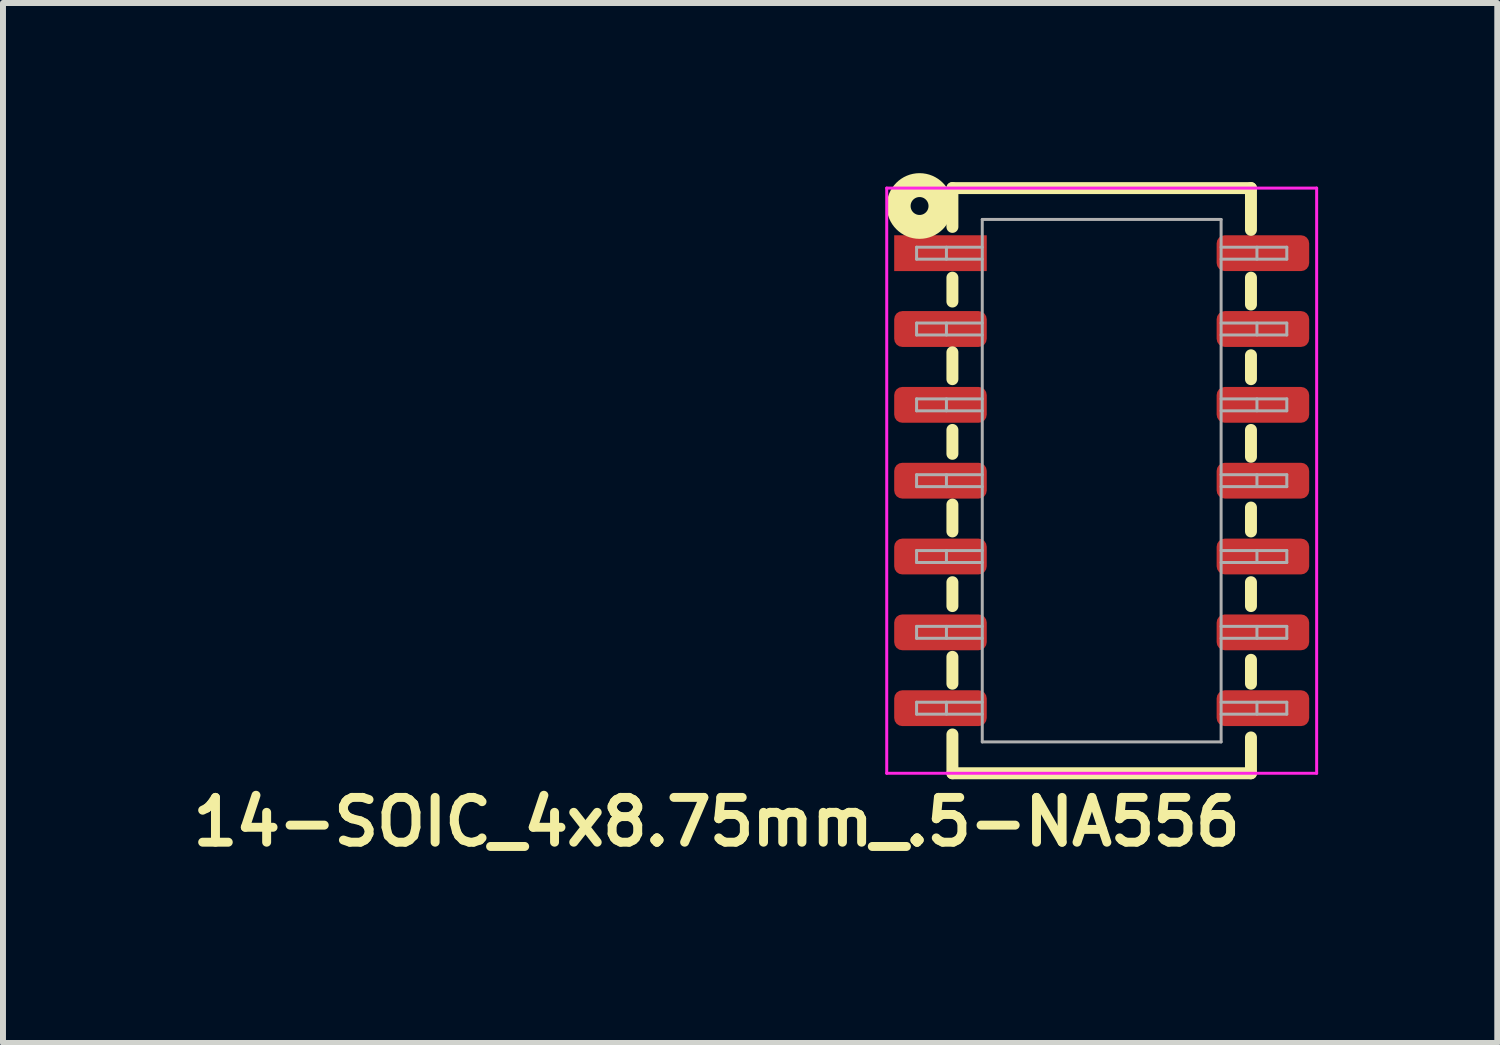
<source format=kicad_pcb>
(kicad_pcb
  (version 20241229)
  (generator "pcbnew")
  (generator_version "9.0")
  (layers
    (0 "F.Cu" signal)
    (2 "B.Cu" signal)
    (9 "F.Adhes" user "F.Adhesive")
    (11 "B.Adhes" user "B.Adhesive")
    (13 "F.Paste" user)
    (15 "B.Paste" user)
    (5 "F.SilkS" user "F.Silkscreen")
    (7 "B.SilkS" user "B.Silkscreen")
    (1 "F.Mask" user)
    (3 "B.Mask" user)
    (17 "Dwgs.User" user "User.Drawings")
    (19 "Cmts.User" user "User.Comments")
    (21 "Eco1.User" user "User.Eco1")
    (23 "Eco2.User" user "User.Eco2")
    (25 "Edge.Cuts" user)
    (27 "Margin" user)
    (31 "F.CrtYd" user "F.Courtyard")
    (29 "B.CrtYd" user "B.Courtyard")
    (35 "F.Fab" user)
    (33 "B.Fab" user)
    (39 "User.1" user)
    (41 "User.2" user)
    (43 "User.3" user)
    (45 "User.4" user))
  (footprint "14-SOIC_4x8.75mm_.5-NA556"
    (layer "F.Cu")
    (at 15.4 5)
    (property "Reference" "14-SOIC_4x8.75mm_.5-NA556" (at 2.4 5.715 0) (layer "F.SilkS") (effects (font (size 0.75 0.75) (thickness 0.15)) (justify right)))
    (attr smd)
    (fp_line (start -2.5 -4.9) (end 2.5 -4.9) (stroke (width 0.2) (type solid)) (layer "F.SilkS"))
    (fp_line (start -2.5 -4.25) (end -2.5 -4.9) (stroke (width 0.2) (type solid)) (layer "F.SilkS"))
    (fp_line (start -2.5 -3) (end -2.5 -3.4) (stroke (width 0.2) (type solid)) (layer "F.SilkS"))
    (fp_line (start -2.5 -1.7) (end -2.5 -2.15) (stroke (width 0.2) (type solid)) (layer "F.SilkS"))
    (fp_line (start -2.5 -0.45) (end -2.5 -0.85) (stroke (width 0.2) (type solid)) (layer "F.SilkS"))
    (fp_line (start -2.5 0.85) (end -2.5 0.4) (stroke (width 0.2) (type solid)) (layer "F.SilkS"))
    (fp_line (start -2.5 2.1) (end -2.5 1.7) (stroke (width 0.2) (type solid)) (layer "F.SilkS"))
    (fp_line (start -2.5 3.4) (end -2.5 2.95) (stroke (width 0.2) (type solid)) (layer "F.SilkS"))
    (fp_line (start -2.5 4.9) (end -2.5 4.25) (stroke (width 0.2) (type solid)) (layer "F.SilkS"))
    (fp_line (start 2.5 -4.9) (end 2.5 -4.2) (stroke (width 0.2) (type solid)) (layer "F.SilkS"))
    (fp_line (start 2.5 -3.4) (end 2.5 -2.95) (stroke (width 0.2) (type solid)) (layer "F.SilkS"))
    (fp_line (start 2.5 -2.1) (end 2.5 -1.7) (stroke (width 0.2) (type solid)) (layer "F.SilkS"))
    (fp_line (start 2.5 -0.85) (end 2.5 -0.4) (stroke (width 0.2) (type solid)) (layer "F.SilkS"))
    (fp_line (start 2.5 0.45) (end 2.5 0.85) (stroke (width 0.2) (type solid)) (layer "F.SilkS"))
    (fp_line (start 2.5 1.7) (end 2.5 2.1) (stroke (width 0.2) (type solid)) (layer "F.SilkS"))
    (fp_line (start 2.5 3) (end 2.5 3.4) (stroke (width 0.2) (type solid)) (layer "F.SilkS"))
    (fp_line (start 2.5 4.3) (end 2.5 4.9) (stroke (width 0.2) (type solid)) (layer "F.SilkS"))
    (fp_line (start 2.5 4.9) (end -2.5 4.9) (stroke (width 0.2) (type solid)) (layer "F.SilkS"))
    (fp_circle (center -3.05 -4.6) (end -2.9 -4.6) (stroke (width 0.4) (type solid)) (fill no) (layer "F.SilkS"))
    (fp_line (start -3.6 -4.9) (end 3.6 -4.9) (stroke (width 0.05) (type solid)) (layer "F.CrtYd"))
    (fp_line (start -3.6 4.9) (end -3.6 -4.9) (stroke (width 0.05) (type solid)) (layer "F.CrtYd"))
    (fp_line (start 3.6 -4.9) (end 3.6 4.9) (stroke (width 0.05) (type solid)) (layer "F.CrtYd"))
    (fp_line (start 3.6 4.9) (end -3.6 4.9) (stroke (width 0.05) (type solid)) (layer "F.CrtYd"))
    (fp_line (start -3.1 -3.91) (end -3.1 -3.71) (stroke (width 0.05) (type solid)) (layer "F.Fab"))
    (fp_line (start -3.1 -3.71) (end -2 -3.71) (stroke (width 0.05) (type solid)) (layer "F.Fab"))
    (fp_line (start -3.1 -2.64) (end -3.1 -2.44) (stroke (width 0.05) (type solid)) (layer "F.Fab"))
    (fp_line (start -3.1 -2.44) (end -2 -2.44) (stroke (width 0.05) (type solid)) (layer "F.Fab"))
    (fp_line (start -3.1 -1.37) (end -3.1 -1.17) (stroke (width 0.05) (type solid)) (layer "F.Fab"))
    (fp_line (start -3.1 -1.17) (end -2 -1.17) (stroke (width 0.05) (type solid)) (layer "F.Fab"))
    (fp_line (start -3.1 -0.1) (end -3.1 0.1) (stroke (width 0.05) (type solid)) (layer "F.Fab"))
    (fp_line (start -3.1 0.1) (end -2 0.1) (stroke (width 0.05) (type solid)) (layer "F.Fab"))
    (fp_line (start -3.1 1.17) (end -3.1 1.37) (stroke (width 0.05) (type solid)) (layer "F.Fab"))
    (fp_line (start -3.1 1.37) (end -2 1.37) (stroke (width 0.05) (type solid)) (layer "F.Fab"))
    (fp_line (start -3.1 2.44) (end -3.1 2.64) (stroke (width 0.05) (type solid)) (layer "F.Fab"))
    (fp_line (start -3.1 2.64) (end -2 2.64) (stroke (width 0.05) (type solid)) (layer "F.Fab"))
    (fp_line (start -3.1 3.71) (end -3.1 3.91) (stroke (width 0.05) (type solid)) (layer "F.Fab"))
    (fp_line (start -3.1 3.91) (end -2 3.91) (stroke (width 0.05) (type solid)) (layer "F.Fab"))
    (fp_line (start -2.6 -3.91) (end -2.6 -3.71) (stroke (width 0.05) (type solid)) (layer "F.Fab"))
    (fp_line (start -2.6 -2.64) (end -2.6 -2.44) (stroke (width 0.05) (type solid)) (layer "F.Fab"))
    (fp_line (start -2.6 -1.37) (end -2.6 -1.17) (stroke (width 0.05) (type solid)) (layer "F.Fab"))
    (fp_line (start -2.6 -0.1) (end -2.6 0.1) (stroke (width 0.05) (type solid)) (layer "F.Fab"))
    (fp_line (start -2.6 1.17) (end -2.6 1.37) (stroke (width 0.05) (type solid)) (layer "F.Fab"))
    (fp_line (start -2.6 2.44) (end -2.6 2.64) (stroke (width 0.05) (type solid)) (layer "F.Fab"))
    (fp_line (start -2.6 3.71) (end -2.6 3.91) (stroke (width 0.05) (type solid)) (layer "F.Fab"))
    (fp_line (start -2 -4.375) (end 2 -4.375) (stroke (width 0.05) (type solid)) (layer "F.Fab"))
    (fp_line (start -2 -3.91) (end -3.1 -3.91) (stroke (width 0.05) (type solid)) (layer "F.Fab"))
    (fp_line (start -2 -2.64) (end -3.1 -2.64) (stroke (width 0.05) (type solid)) (layer "F.Fab"))
    (fp_line (start -2 -1.37) (end -3.1 -1.37) (stroke (width 0.05) (type solid)) (layer "F.Fab"))
    (fp_line (start -2 -0.1) (end -3.1 -0.1) (stroke (width 0.05) (type solid)) (layer "F.Fab"))
    (fp_line (start -2 1.17) (end -3.1 1.17) (stroke (width 0.05) (type solid)) (layer "F.Fab"))
    (fp_line (start -2 2.44) (end -3.1 2.44) (stroke (width 0.05) (type solid)) (layer "F.Fab"))
    (fp_line (start -2 3.71) (end -3.1 3.71) (stroke (width 0.05) (type solid)) (layer "F.Fab"))
    (fp_line (start -2 4.375) (end -2 -4.375) (stroke (width 0.05) (type solid)) (layer "F.Fab"))
    (fp_line (start 2 -4.375) (end 2 4.375) (stroke (width 0.05) (type solid)) (layer "F.Fab"))
    (fp_line (start 2 -3.71) (end 3.1 -3.71) (stroke (width 0.05) (type solid)) (layer "F.Fab"))
    (fp_line (start 2 -2.44) (end 3.1 -2.44) (stroke (width 0.05) (type solid)) (layer "F.Fab"))
    (fp_line (start 2 -1.17) (end 3.1 -1.17) (stroke (width 0.05) (type solid)) (layer "F.Fab"))
    (fp_line (start 2 0.1) (end 3.1 0.1) (stroke (width 0.05) (type solid)) (layer "F.Fab"))
    (fp_line (start 2 1.37) (end 3.1 1.37) (stroke (width 0.05) (type solid)) (layer "F.Fab"))
    (fp_line (start 2 2.64) (end 3.1 2.64) (stroke (width 0.05) (type solid)) (layer "F.Fab"))
    (fp_line (start 2 3.91) (end 3.1 3.91) (stroke (width 0.05) (type solid)) (layer "F.Fab"))
    (fp_line (start 2 4.375) (end -2 4.375) (stroke (width 0.05) (type solid)) (layer "F.Fab"))
    (fp_line (start 2.6 -3.71) (end 2.6 -3.91) (stroke (width 0.05) (type solid)) (layer "F.Fab"))
    (fp_line (start 2.6 -2.44) (end 2.6 -2.64) (stroke (width 0.05) (type solid)) (layer "F.Fab"))
    (fp_line (start 2.6 -1.17) (end 2.6 -1.37) (stroke (width 0.05) (type solid)) (layer "F.Fab"))
    (fp_line (start 2.6 0.1) (end 2.6 -0.1) (stroke (width 0.05) (type solid)) (layer "F.Fab"))
    (fp_line (start 2.6 1.37) (end 2.6 1.17) (stroke (width 0.05) (type solid)) (layer "F.Fab"))
    (fp_line (start 2.6 2.64) (end 2.6 2.44) (stroke (width 0.05) (type solid)) (layer "F.Fab"))
    (fp_line (start 2.6 3.91) (end 2.6 3.71) (stroke (width 0.05) (type solid)) (layer "F.Fab"))
    (fp_line (start 3.1 -3.91) (end 2 -3.91) (stroke (width 0.05) (type solid)) (layer "F.Fab"))
    (fp_line (start 3.1 -3.71) (end 3.1 -3.91) (stroke (width 0.05) (type solid)) (layer "F.Fab"))
    (fp_line (start 3.1 -2.64) (end 2 -2.64) (stroke (width 0.05) (type solid)) (layer "F.Fab"))
    (fp_line (start 3.1 -2.44) (end 3.1 -2.64) (stroke (width 0.05) (type solid)) (layer "F.Fab"))
    (fp_line (start 3.1 -1.37) (end 2 -1.37) (stroke (width 0.05) (type solid)) (layer "F.Fab"))
    (fp_line (start 3.1 -1.17) (end 3.1 -1.37) (stroke (width 0.05) (type solid)) (layer "F.Fab"))
    (fp_line (start 3.1 -0.1) (end 2 -0.1) (stroke (width 0.05) (type solid)) (layer "F.Fab"))
    (fp_line (start 3.1 0.1) (end 3.1 -0.1) (stroke (width 0.05) (type solid)) (layer "F.Fab"))
    (fp_line (start 3.1 1.17) (end 2 1.17) (stroke (width 0.05) (type solid)) (layer "F.Fab"))
    (fp_line (start 3.1 1.37) (end 3.1 1.17) (stroke (width 0.05) (type solid)) (layer "F.Fab"))
    (fp_line (start 3.1 2.44) (end 2 2.44) (stroke (width 0.05) (type solid)) (layer "F.Fab"))
    (fp_line (start 3.1 2.64) (end 3.1 2.44) (stroke (width 0.05) (type solid)) (layer "F.Fab"))
    (fp_line (start 3.1 3.71) (end 2 3.71) (stroke (width 0.05) (type solid)) (layer "F.Fab"))
    (fp_line (start 3.1 3.91) (end 3.1 3.71) (stroke (width 0.05) (type solid)) (layer "F.Fab"))
    (fp_text user "GND" (at -1.9 3.81 0) (layer "Eco1.User") (effects (font (size 0.25 0.25) (thickness 0.062)) (justify left)))
    (fp_text user "CONT1" (at -1.9 -1.27 0) (layer "Eco1.User") (effects (font (size 0.25 0.25) (thickness 0.062)) (justify left)))
    (fp_text user "OUT1" (at -1.9 1.27 0) (layer "Eco1.User") (effects (font (size 0.25 0.25) (thickness 0.062)) (justify left)))
    (fp_text user "DISCH2" (at 1.9 -2.54 0) (layer "Eco1.User") (effects (font (size 0.25 0.25) (thickness 0.062)) (justify right)))
    (fp_text user "THRES1" (at -1.9 -2.54 0) (layer "Eco1.User") (effects (font (size 0.25 0.25) (thickness 0.062)) (justify left)))
    (fp_text user "TRIG1" (at -1.9 2.54 0) (layer "Eco1.User") (effects (font (size 0.25 0.25) (thickness 0.062)) (justify left)))
    (fp_text user "OUT2" (at 1.9 2.54 0) (layer "Eco1.User") (effects (font (size 0.25 0.25) (thickness 0.062)) (justify right)))
    (fp_text user "CONT2" (at 1.9 0 0) (layer "Eco1.User") (effects (font (size 0.25 0.25) (thickness 0.062)) (justify right)))
    (fp_text user "THRES2" (at 1.9 -1.27 0) (layer "Eco1.User") (effects (font (size 0.25 0.25) (thickness 0.062)) (justify right)))
    (fp_text user "TRIG2" (at 1.9 3.81 0) (layer "Eco1.User") (effects (font (size 0.25 0.25) (thickness 0.062)) (justify right)))
    (fp_text user "RST1" (at -1.9 0 0) (layer "Eco1.User") (effects (font (size 0.25 0.25) (thickness 0.062)) (justify left)))
    (fp_text user "VCC" (at 1.9 -3.81 0) (layer "Eco1.User") (effects (font (size 0.25 0.25) (thickness 0.062)) (justify right)))
    (fp_text user "DISCH1" (at -1.9 -3.81 0) (layer "Eco1.User") (effects (font (size 0.25 0.25) (thickness 0.062)) (justify left)))
    (fp_text user "RESET2" (at 1.9 1.27 0) (layer "Eco1.User") (effects (font (size 0.25 0.25) (thickness 0.062)) (justify right)))
    (pad "1" smd rect (at -2.7 -3.81) (size 1.55 0.6) (layers "F.Cu" "F.Mask" "F.Paste"))
    (pad "2" smd roundrect (at -2.7 -2.54) (size 1.55 0.6) (layers "F.Cu" "F.Mask" "F.Paste") (roundrect_rratio 0.227))
    (pad "3" smd roundrect (at -2.7 -1.27) (size 1.55 0.6) (layers "F.Cu" "F.Mask" "F.Paste") (roundrect_rratio 0.227))
    (pad "4" smd roundrect (at -2.7 0) (size 1.55 0.6) (layers "F.Cu" "F.Mask" "F.Paste") (roundrect_rratio 0.227))
    (pad "5" smd roundrect (at -2.7 1.27) (size 1.55 0.6) (layers "F.Cu" "F.Mask" "F.Paste") (roundrect_rratio 0.227))
    (pad "6" smd roundrect (at -2.7 2.54) (size 1.55 0.6) (layers "F.Cu" "F.Mask" "F.Paste") (roundrect_rratio 0.227))
    (pad "7" smd roundrect (at -2.7 3.81) (size 1.55 0.6) (layers "F.Cu" "F.Mask" "F.Paste") (roundrect_rratio 0.227))
    (pad "8" smd roundrect (at 2.7 3.81) (size 1.55 0.6) (layers "F.Cu" "F.Mask" "F.Paste") (roundrect_rratio 0.227))
    (pad "9" smd roundrect (at 2.7 2.54) (size 1.55 0.6) (layers "F.Cu" "F.Mask" "F.Paste") (roundrect_rratio 0.227))
    (pad "10" smd roundrect (at 2.7 1.27) (size 1.55 0.6) (layers "F.Cu" "F.Mask" "F.Paste") (roundrect_rratio 0.227))
    (pad "11" smd roundrect (at 2.7 0) (size 1.55 0.6) (layers "F.Cu" "F.Mask" "F.Paste") (roundrect_rratio 0.227))
    (pad "12" smd roundrect (at 2.7 -1.27) (size 1.55 0.6) (layers "F.Cu" "F.Mask" "F.Paste") (roundrect_rratio 0.227))
    (pad "13" smd roundrect (at 2.7 -2.54) (size 1.55 0.6) (layers "F.Cu" "F.Mask" "F.Paste") (roundrect_rratio 0.227))
    (pad "14" smd roundrect (at 2.7 -3.81) (size 1.55 0.6) (layers "F.Cu" "F.Mask" "F.Paste") (roundrect_rratio 0.227)))
  (gr_rect
    (start -3 -3)
    (end 22.025 14.417)
    (stroke (width 0.1) (type default))
    (fill no)
    (layer "Edge.Cuts")))
</source>
